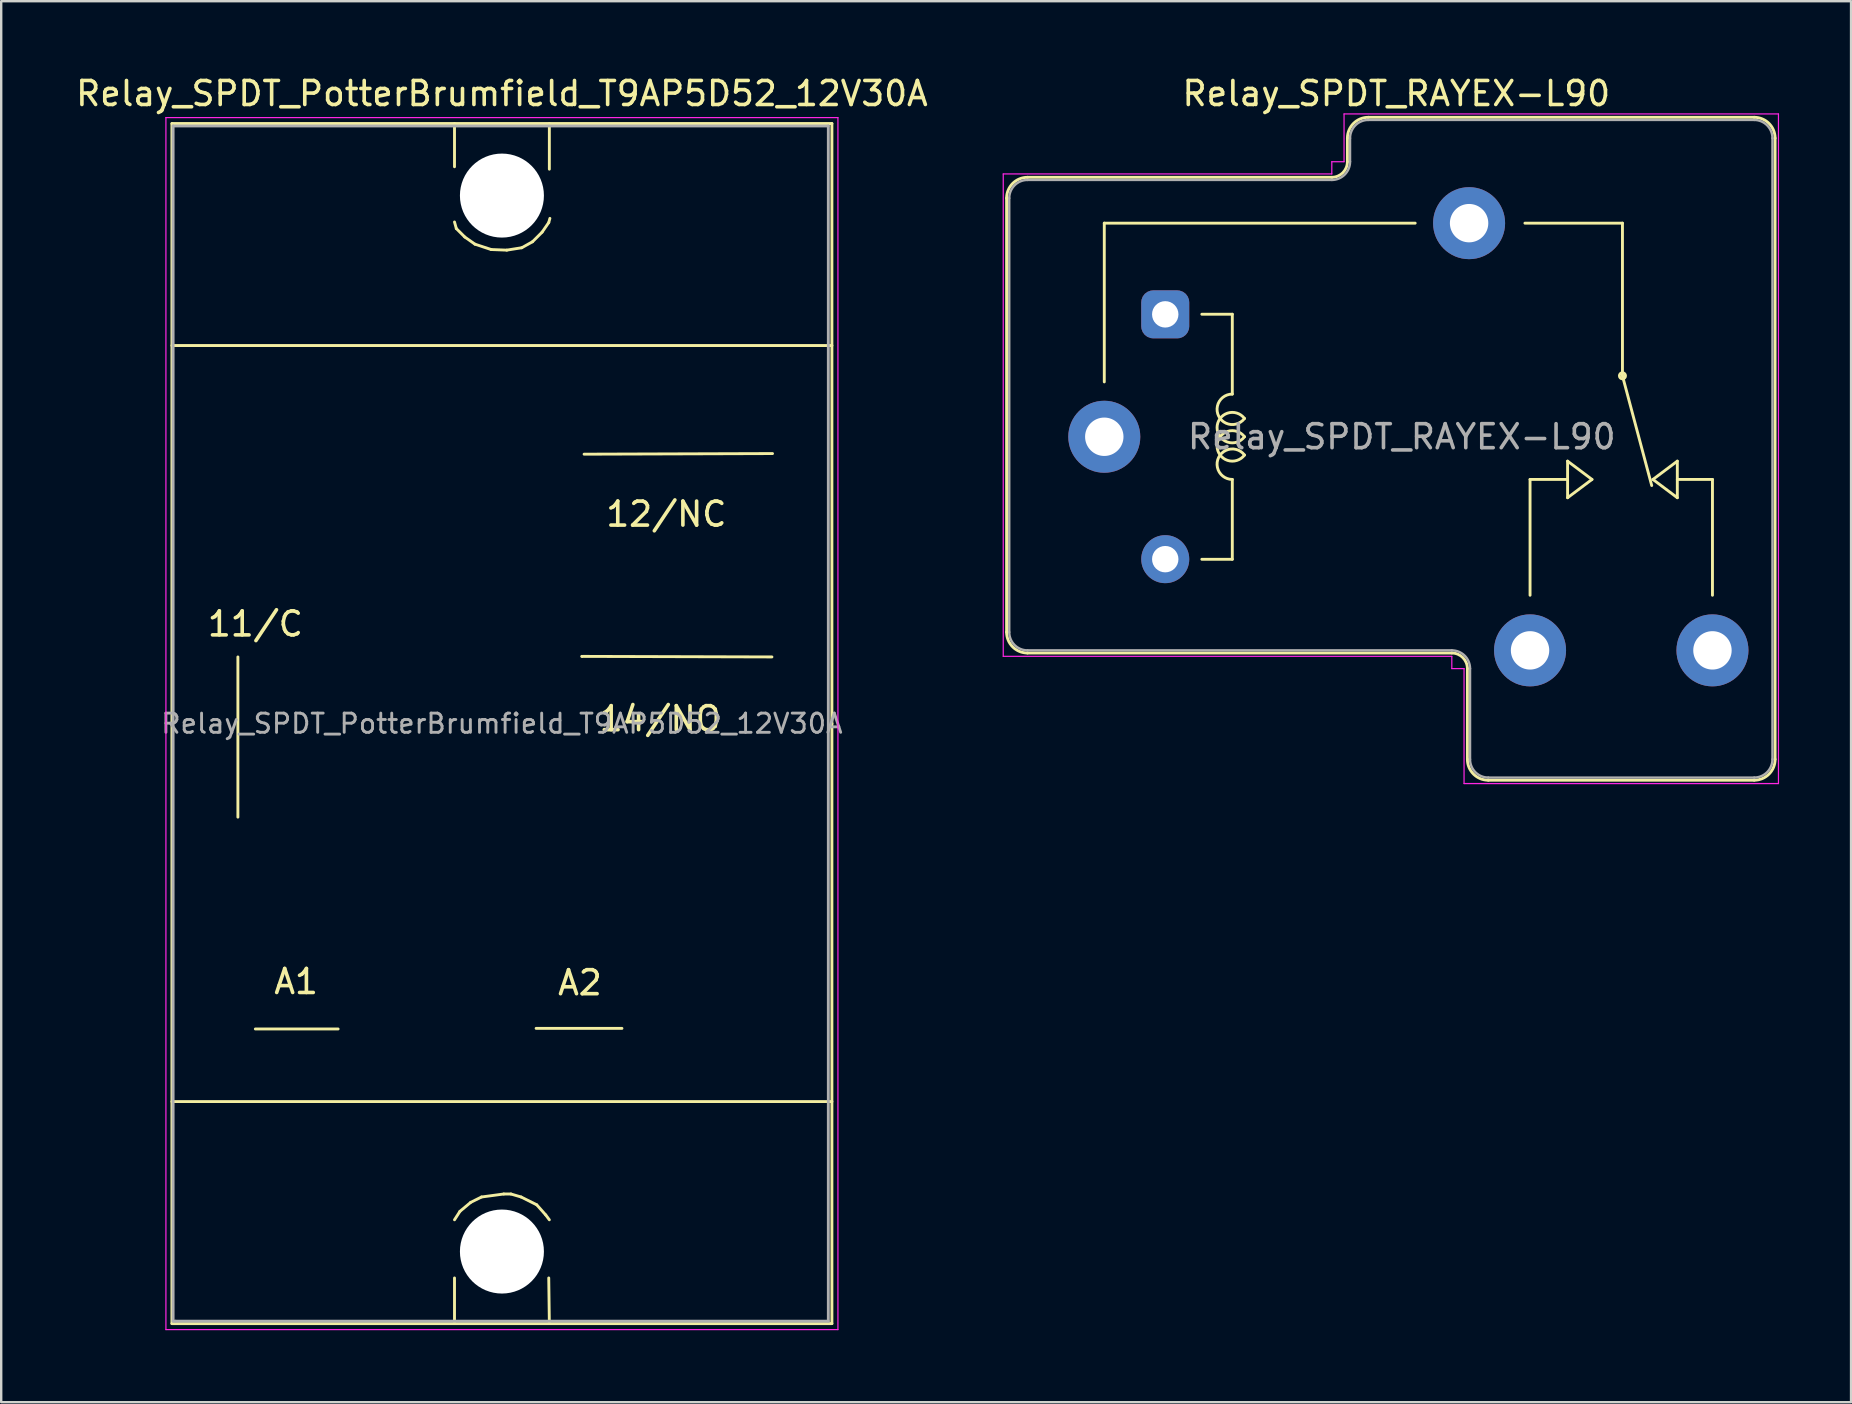
<source format=kicad_pcb>
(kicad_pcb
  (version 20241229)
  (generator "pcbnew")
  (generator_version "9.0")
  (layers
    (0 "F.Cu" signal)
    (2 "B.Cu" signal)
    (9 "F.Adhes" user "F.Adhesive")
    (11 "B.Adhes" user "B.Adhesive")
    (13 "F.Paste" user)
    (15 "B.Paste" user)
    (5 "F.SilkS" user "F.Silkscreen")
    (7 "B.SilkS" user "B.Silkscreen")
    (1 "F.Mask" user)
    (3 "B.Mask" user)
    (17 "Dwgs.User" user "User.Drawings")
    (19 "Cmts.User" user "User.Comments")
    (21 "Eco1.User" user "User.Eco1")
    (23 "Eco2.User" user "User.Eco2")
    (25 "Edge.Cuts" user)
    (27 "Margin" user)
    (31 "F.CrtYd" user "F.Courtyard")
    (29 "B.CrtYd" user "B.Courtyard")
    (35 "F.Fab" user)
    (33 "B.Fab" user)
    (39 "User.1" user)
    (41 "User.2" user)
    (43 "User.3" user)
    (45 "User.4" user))
  (footprint "Relay_SPDT_PotterBrumfield_T9AP5D52_12V30A"
    (layer "F.Cu")
    (at 17.863 5.099)
    (property "Reference" "Relay_SPDT_PotterBrumfield_T9AP5D52_12V30A" (at 0 -4.251 0) (layer "F.SilkS") (effects (font (size 1 1) (thickness 0.15))))
    (attr through_hole)
    (fp_line (start -13.749 -3.002) (end -13.749 47) (stroke (width 0.12) (type solid)) (layer "F.SilkS"))
    (fp_line (start -13.749 6.248) (end 13.749 6.248) (stroke (width 0.12) (type solid)) (layer "F.SilkS"))
    (fp_line (start -13.749 47) (end 13.749 47) (stroke (width 0.12) (type solid)) (layer "F.SilkS"))
    (fp_line (start -11.001 19.223) (end -11.001 25.898) (stroke (width 0.12) (type solid)) (layer "F.SilkS"))
    (fp_line (start -6.825 34.724) (end -10.274 34.724) (stroke (width 0.12) (type solid)) (layer "F.SilkS"))
    (fp_line (start -1.976 -1.201) (end -1.976 -3.002) (stroke (width 0.12) (type solid)) (layer "F.SilkS"))
    (fp_line (start -1.976 1.1) (end -1.9 1.374) (stroke (width 0.12) (type solid)) (layer "F.SilkS"))
    (fp_line (start -1.976 45.098) (end -1.976 47) (stroke (width 0.12) (type solid)) (layer "F.SilkS"))
    (fp_line (start -1.9 1.374) (end -1.549 1.725) (stroke (width 0.12) (type solid)) (layer "F.SilkS"))
    (fp_line (start -1.75 42.324) (end -1.976 42.675) (stroke (width 0.12) (type solid)) (layer "F.SilkS"))
    (fp_line (start -1.549 1.725) (end -1.125 2.024) (stroke (width 0.12) (type solid)) (layer "F.SilkS"))
    (fp_line (start -1.3 41.948) (end -1.75 42.324) (stroke (width 0.12) (type solid)) (layer "F.SilkS"))
    (fp_line (start -1.125 2.024) (end -0.45 2.248) (stroke (width 0.12) (type solid)) (layer "F.SilkS"))
    (fp_line (start -0.851 41.725) (end -1.3 41.948) (stroke (width 0.12) (type solid)) (layer "F.SilkS"))
    (fp_line (start -0.45 2.248) (end 0.201 2.273) (stroke (width 0.12) (type solid)) (layer "F.SilkS"))
    (fp_line (start 0.076 41.6) (end -0.851 41.725) (stroke (width 0.12) (type solid)) (layer "F.SilkS"))
    (fp_line (start 0.201 2.273) (end 0.826 2.174) (stroke (width 0.12) (type solid)) (layer "F.SilkS"))
    (fp_line (start 0.376 41.6) (end 0.076 41.6) (stroke (width 0.12) (type solid)) (layer "F.SilkS"))
    (fp_line (start 0.8 41.725) (end 0.376 41.6) (stroke (width 0.12) (type solid)) (layer "F.SilkS"))
    (fp_line (start 0.826 2.174) (end 1.275 1.923) (stroke (width 0.12) (type solid)) (layer "F.SilkS"))
    (fp_line (start 1.275 1.923) (end 1.674 1.524) (stroke (width 0.12) (type solid)) (layer "F.SilkS"))
    (fp_line (start 1.425 34.699) (end 5.001 34.699) (stroke (width 0.12) (type solid)) (layer "F.SilkS"))
    (fp_line (start 1.45 42.05) (end 0.8 41.725) (stroke (width 0.12) (type solid)) (layer "F.SilkS"))
    (fp_line (start 1.674 1.524) (end 1.951 1.123) (stroke (width 0.12) (type solid)) (layer "F.SilkS"))
    (fp_line (start 1.826 42.474) (end 1.45 42.05) (stroke (width 0.12) (type solid)) (layer "F.SilkS"))
    (fp_line (start 1.951 1.123) (end 1.999 0.95) (stroke (width 0.12) (type solid)) (layer "F.SilkS"))
    (fp_line (start 1.951 45.098) (end 1.976 46.975) (stroke (width 0.12) (type solid)) (layer "F.SilkS"))
    (fp_line (start 1.976 -1.1) (end 1.976 -3.002) (stroke (width 0.12) (type solid)) (layer "F.SilkS"))
    (fp_line (start 1.976 42.675) (end 1.826 42.474) (stroke (width 0.12) (type solid)) (layer "F.SilkS"))
    (fp_line (start 3.35 19.2) (end 3.325 19.2) (stroke (width 0.12) (type solid)) (layer "F.SilkS"))
    (fp_line (start 11.25 19.223) (end 3.35 19.2) (stroke (width 0.12) (type solid)) (layer "F.SilkS"))
    (fp_line (start 11.275 10.749) (end 3.424 10.775) (stroke (width 0.12) (type solid)) (layer "F.SilkS"))
    (fp_line (start 13.749 -3.002) (end -13.749 -3.002) (stroke (width 0.12) (type solid)) (layer "F.SilkS"))
    (fp_line (start 13.749 21.999) (end 13.749 -3.002) (stroke (width 0.12) (type solid)) (layer "F.SilkS"))
    (fp_line (start 13.749 37.749) (end -13.749 37.749) (stroke (width 0.12) (type solid)) (layer "F.SilkS"))
    (fp_line (start 13.749 47) (end 13.749 21.999) (stroke (width 0.12) (type solid)) (layer "F.SilkS"))
    (fp_line (start -14 -3.25) (end -14 47.25) (stroke (width 0.05) (type solid)) (layer "F.CrtYd"))
    (fp_line (start -14 47.25) (end 14 47.25) (stroke (width 0.05) (type solid)) (layer "F.CrtYd"))
    (fp_line (start 14 -3.25) (end -14 -3.25) (stroke (width 0.05) (type solid)) (layer "F.CrtYd"))
    (fp_line (start 14 47.25) (end 14 -3.25) (stroke (width 0.05) (type solid)) (layer "F.CrtYd"))
    (fp_line (start -13.7 -2.9) (end 13.6 -2.9) (stroke (width 0.12) (type solid)) (layer "F.Fab"))
    (fp_line (start -13.7 46.9) (end -13.7 -2.9) (stroke (width 0.12) (type solid)) (layer "F.Fab"))
    (fp_line (start -13.6 46.9) (end -13.7 46.9) (stroke (width 0.12) (type solid)) (layer "F.Fab"))
    (fp_line (start 13.6 -2.9) (end 13.6 46.9) (stroke (width 0.12) (type solid)) (layer "F.Fab"))
    (fp_line (start 13.6 46.9) (end -13.6 46.9) (stroke (width 0.12) (type solid)) (layer "F.Fab"))
    (fp_text user "A1" (at -8.575 32.748 0) (layer "F.SilkS") (effects (font (size 1 1) (thickness 0.15))))
    (fp_text user "11/C" (at -10.274 17.849 0) (layer "F.SilkS") (effects (font (size 1 1) (thickness 0.15))))
    (fp_text user "12/NC" (at 6.85 13.274 0) (layer "F.SilkS") (effects (font (size 1 1) (thickness 0.15))))
    (fp_text user "14/NO" (at 6.599 21.798 0) (layer "F.SilkS") (effects (font (size 1 1) (thickness 0.15))))
    (fp_text user "A2" (at 3.251 32.799 0) (layer "F.SilkS") (effects (font (size 1 1) (thickness 0.15))))
    (fp_text user "${REFERENCE}" (at 0 21.999 0) (layer "F.Fab") (effects (font (size 0.8 0.8) (thickness 0.12))))
    (pad "" np_thru_hole circle (at 0 0) (size 3.5 3.5) (drill 3.5) (layers "*.Cu" "*.Mask"))
    (pad "" np_thru_hole circle (at 0 43.998) (size 3.5 3.5) (drill 3.5) (layers "*.Cu" "*.Mask")))
  (footprint "Relay_SPDT_RAYEX-L90"
    (layer "F.Cu")
    (at 42.961 15.148)
    (property "Reference" "Relay_SPDT_RAYEX-L90" (at 12.167 -14.3 0) (layer "F.SilkS") (effects (font (size 1 1) (thickness 0.15))))
    (attr through_hole)
    (fp_line (start -4.07 -9.94) (end -4.07 8.14) (stroke (width 0.12) (type solid)) (layer "F.SilkS"))
    (fp_line (start -3.2 -10.81) (end 9.48 -10.81) (stroke (width 0.12) (type solid)) (layer "F.SilkS"))
    (fp_line (start -3.2 9.01) (end 14.48 9.01) (stroke (width 0.12) (type solid)) (layer "F.SilkS"))
    (fp_line (start 0 -8.9) (end 0 -2.286) (stroke (width 0.12) (type solid)) (layer "F.SilkS"))
    (fp_line (start 0 -8.9) (end 12.954 -8.9) (stroke (width 0.12) (type solid)) (layer "F.SilkS"))
    (fp_line (start 4.064 -5.105) (end 5.334 -5.105) (stroke (width 0.12) (type solid)) (layer "F.SilkS"))
    (fp_line (start 5.334 -1.778) (end 5.334 -5.105) (stroke (width 0.12) (type solid)) (layer "F.SilkS"))
    (fp_line (start 5.334 5.105) (end 4.064 5.105) (stroke (width 0.12) (type solid)) (layer "F.SilkS"))
    (fp_line (start 5.334 5.105) (end 5.334 1.778) (stroke (width 0.12) (type solid)) (layer "F.SilkS"))
    (fp_line (start 10.13 -12.44) (end 10.13 -11.46) (stroke (width 0.12) (type solid)) (layer "F.SilkS"))
    (fp_line (start 11 -13.31) (end 27.08 -13.31) (stroke (width 0.12) (type solid)) (layer "F.SilkS"))
    (fp_line (start 15.13 9.66) (end 15.13 13.44) (stroke (width 0.12) (type solid)) (layer "F.SilkS"))
    (fp_line (start 16 14.31) (end 27.08 14.31) (stroke (width 0.12) (type solid)) (layer "F.SilkS"))
    (fp_line (start 17.74 1.778) (end 19.304 1.778) (stroke (width 0.12) (type solid)) (layer "F.SilkS"))
    (fp_line (start 17.74 6.604) (end 17.74 1.778) (stroke (width 0.12) (type solid)) (layer "F.SilkS"))
    (fp_line (start 19.304 1.016) (end 19.304 2.54) (stroke (width 0.12) (type solid)) (layer "F.SilkS"))
    (fp_line (start 19.304 2.54) (end 20.32 1.778) (stroke (width 0.12) (type solid)) (layer "F.SilkS"))
    (fp_line (start 20.32 1.778) (end 19.304 1.016) (stroke (width 0.12) (type solid)) (layer "F.SilkS"))
    (fp_line (start 21.59 -8.9) (end 17.526 -8.9) (stroke (width 0.12) (type solid)) (layer "F.SilkS"))
    (fp_line (start 21.59 -2.54) (end 21.59 -8.9) (stroke (width 0.12) (type solid)) (layer "F.SilkS"))
    (fp_line (start 21.59 -2.54) (end 22.809 2.032) (stroke (width 0.12) (type solid)) (layer "F.SilkS"))
    (fp_line (start 22.86 1.778) (end 23.876 1.016) (stroke (width 0.12) (type solid)) (layer "F.SilkS"))
    (fp_line (start 23.876 1.778) (end 25.34 1.778) (stroke (width 0.12) (type solid)) (layer "F.SilkS"))
    (fp_line (start 23.876 2.54) (end 22.86 1.778) (stroke (width 0.12) (type solid)) (layer "F.SilkS"))
    (fp_line (start 23.876 2.54) (end 23.876 1.016) (stroke (width 0.12) (type solid)) (layer "F.SilkS"))
    (fp_line (start 25.34 1.778) (end 25.34 6.604) (stroke (width 0.12) (type solid)) (layer "F.SilkS"))
    (fp_line (start 27.95 -12.44) (end 27.95 13.44) (stroke (width 0.12) (type solid)) (layer "F.SilkS"))
    (fp_arc (start -4.07 -9.94) (mid -3.815183 -10.555183) (end -3.2 -10.81) (stroke (width 0.12) (type solid)) (layer "F.SilkS"))
    (fp_arc (start -3.2 9.01) (mid -3.815183 8.755183) (end -4.07 8.14) (stroke (width 0.12) (type solid)) (layer "F.SilkS"))
    (fp_arc (start 5.334002 1.777997) (mid 4.765966 0.859166) (end 5.841802 0.76173) (stroke (width 0.12) (type solid)) (layer "F.SilkS"))
    (fp_arc (start 5.8418 -0.761733) (mid 4.765964 -0.859168) (end 5.334 -1.778) (stroke (width 0.12) (type solid)) (layer "F.SilkS"))
    (fp_arc (start 5.842265 -0.000355) (mid 4.699002 -0.38078) (end 5.842 -0.762001) (stroke (width 0.12) (type solid)) (layer "F.SilkS"))
    (fp_arc (start 5.842266 0.761644) (mid 4.699003 0.381219) (end 5.842001 -0.000002) (stroke (width 0.12) (type solid)) (layer "F.SilkS"))
    (fp_arc (start 10.13 -12.44) (mid 10.384817 -13.055183) (end 11 -13.31) (stroke (width 0.12) (type solid)) (layer "F.SilkS"))
    (fp_arc (start 10.13 -11.46) (mid 9.939619 -11.000381) (end 9.48 -10.81) (stroke (width 0.12) (type solid)) (layer "F.SilkS"))
    (fp_arc (start 14.48 9.01) (mid 14.939619 9.200381) (end 15.13 9.66) (stroke (width 0.12) (type solid)) (layer "F.SilkS"))
    (fp_arc (start 16 14.31) (mid 15.384817 14.055183) (end 15.13 13.44) (stroke (width 0.12) (type solid)) (layer "F.SilkS"))
    (fp_arc (start 27.08 -13.31) (mid 27.695183 -13.055183) (end 27.95 -12.44) (stroke (width 0.12) (type solid)) (layer "F.SilkS"))
    (fp_arc (start 27.95 13.44) (mid 27.695183 14.055183) (end 27.08 14.31) (stroke (width 0.12) (type solid)) (layer "F.SilkS"))
    (fp_circle (center 21.59 -2.54) (end 21.59 -2.413) (stroke (width 0.12) (type solid)) (fill no) (layer "F.SilkS"))
    (fp_line (start -4.21 -10.95) (end -4.21 9.15) (stroke (width 0.05) (type solid)) (layer "F.CrtYd"))
    (fp_line (start -4.21 -10.95) (end 9.48 -10.95) (stroke (width 0.05) (type solid)) (layer "F.CrtYd"))
    (fp_line (start -4.21 9.15) (end 14.48 9.15) (stroke (width 0.05) (type solid)) (layer "F.CrtYd"))
    (fp_line (start 9.48 -11.46) (end 9.48 -10.95) (stroke (width 0.05) (type solid)) (layer "F.CrtYd"))
    (fp_line (start 9.48 -11.46) (end 9.99 -11.46) (stroke (width 0.05) (type solid)) (layer "F.CrtYd"))
    (fp_line (start 9.99 -13.45) (end 9.99 -11.46) (stroke (width 0.05) (type solid)) (layer "F.CrtYd"))
    (fp_line (start 9.99 -13.45) (end 28.09 -13.45) (stroke (width 0.05) (type solid)) (layer "F.CrtYd"))
    (fp_line (start 14.48 9.15) (end 14.48 9.66) (stroke (width 0.05) (type solid)) (layer "F.CrtYd"))
    (fp_line (start 14.48 9.66) (end 14.99 9.66) (stroke (width 0.05) (type solid)) (layer "F.CrtYd"))
    (fp_line (start 14.99 9.66) (end 14.99 14.45) (stroke (width 0.05) (type solid)) (layer "F.CrtYd"))
    (fp_line (start 14.99 14.45) (end 28.09 14.45) (stroke (width 0.05) (type solid)) (layer "F.CrtYd"))
    (fp_line (start 28.09 -13.45) (end 28.09 14.45) (stroke (width 0.05) (type solid)) (layer "F.CrtYd"))
    (fp_line (start -3.96 -9.94) (end -3.96 8.14) (stroke (width 0.1) (type solid)) (layer "F.Fab"))
    (fp_line (start -3.2 -10.7) (end 9.48 -10.7) (stroke (width 0.1) (type solid)) (layer "F.Fab"))
    (fp_line (start -3.2 8.9) (end 14.48 8.9) (stroke (width 0.1) (type solid)) (layer "F.Fab"))
    (fp_line (start 10.24 -12.44) (end 10.24 -11.46) (stroke (width 0.1) (type solid)) (layer "F.Fab"))
    (fp_line (start 11 -13.2) (end 27.08 -13.2) (stroke (width 0.1) (type solid)) (layer "F.Fab"))
    (fp_line (start 15.24 9.66) (end 15.24 13.44) (stroke (width 0.1) (type solid)) (layer "F.Fab"))
    (fp_line (start 16 14.2) (end 27.08 14.2) (stroke (width 0.1) (type solid)) (layer "F.Fab"))
    (fp_line (start 27.84 -12.44) (end 27.84 13.44) (stroke (width 0.1) (type solid)) (layer "F.Fab"))
    (fp_arc (start -3.96 -9.94) (mid -3.737401 -10.477401) (end -3.2 -10.7) (stroke (width 0.1) (type solid)) (layer "F.Fab"))
    (fp_arc (start -3.2 8.9) (mid -3.737401 8.677401) (end -3.96 8.14) (stroke (width 0.1) (type solid)) (layer "F.Fab"))
    (fp_arc (start 10.24 -12.44) (mid 10.462599 -12.977401) (end 11 -13.2) (stroke (width 0.1) (type solid)) (layer "F.Fab"))
    (fp_arc (start 10.24 -11.46) (mid 10.017401 -10.922599) (end 9.48 -10.7) (stroke (width 0.1) (type solid)) (layer "F.Fab"))
    (fp_arc (start 14.48 8.9) (mid 15.017401 9.122599) (end 15.24 9.66) (stroke (width 0.1) (type solid)) (layer "F.Fab"))
    (fp_arc (start 16 14.2) (mid 15.462599 13.977401) (end 15.24 13.44) (stroke (width 0.1) (type solid)) (layer "F.Fab"))
    (fp_arc (start 27.08 -13.2) (mid 27.617401 -12.977401) (end 27.84 -12.44) (stroke (width 0.1) (type solid)) (layer "F.Fab"))
    (fp_arc (start 27.84 13.44) (mid 27.617401 13.977401) (end 27.08 14.2) (stroke (width 0.1) (type solid)) (layer "F.Fab"))
    (fp_text user "${REFERENCE}" (at 12.395 0 0) (layer "F.Fab") (effects (font (size 1 1) (thickness 0.15))))
    (pad "11A" thru_hole circle (at 0 0 180) (size 3 3) (drill 1.6) (layers "*.Cu" "*.Mask"))
    (pad "11B" thru_hole circle (at 15.2 -8.9 180) (size 3 3) (drill 1.6) (layers "*.Cu" "*.Mask"))
    (pad "12" thru_hole circle (at 25.34 8.9 180) (size 3 3) (drill 1.6) (layers "*.Cu" "*.Mask"))
    (pad "14" thru_hole circle (at 17.74 8.9 180) (size 3 3) (drill 1.6) (layers "*.Cu" "*.Mask"))
    (pad "A1" thru_hole roundrect (at 2.54 -5.1 180) (size 2 2) (drill 1.1) (layers "*.Cu" "*.Mask") (roundrect_rratio 0.25))
    (pad "A2" thru_hole circle (at 2.54 5.1 180) (size 2 2) (drill 1.1) (layers "*.Cu" "*.Mask")))
  (gr_rect
    (start -3 -3)
    (end 74.076 55.374)
    (stroke (width 0.1) (type default))
    (fill no)
    (layer "Edge.Cuts")))
</source>
